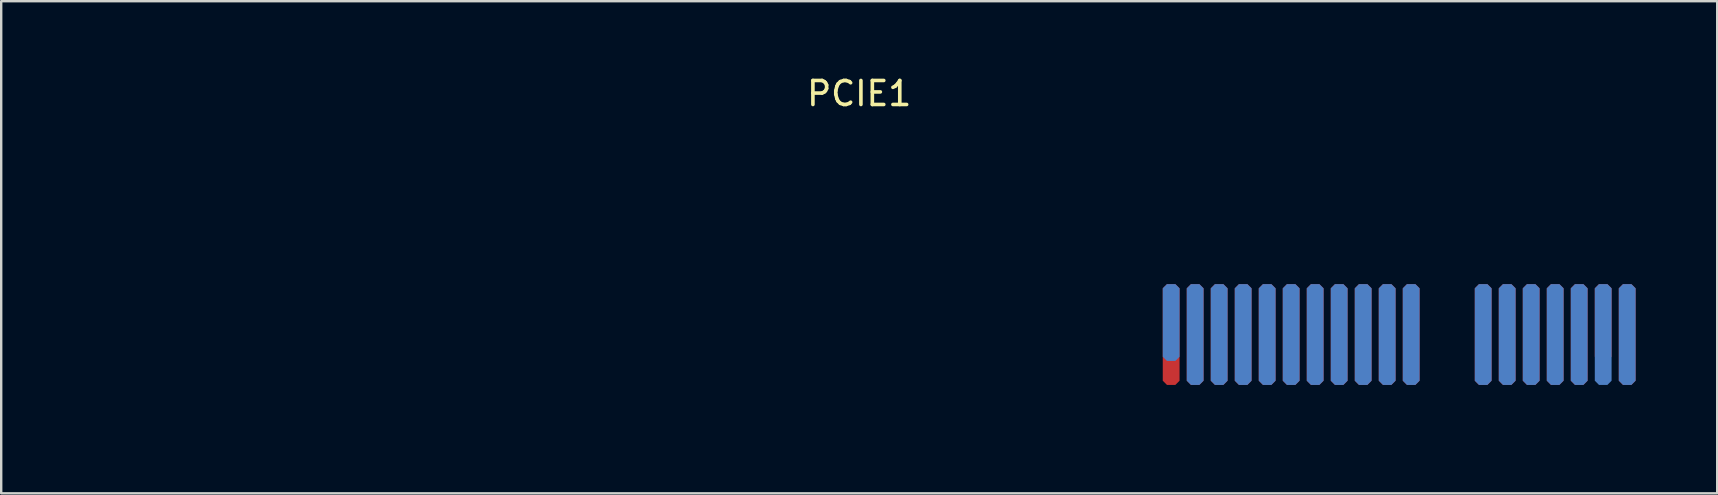
<source format=kicad_pcb>
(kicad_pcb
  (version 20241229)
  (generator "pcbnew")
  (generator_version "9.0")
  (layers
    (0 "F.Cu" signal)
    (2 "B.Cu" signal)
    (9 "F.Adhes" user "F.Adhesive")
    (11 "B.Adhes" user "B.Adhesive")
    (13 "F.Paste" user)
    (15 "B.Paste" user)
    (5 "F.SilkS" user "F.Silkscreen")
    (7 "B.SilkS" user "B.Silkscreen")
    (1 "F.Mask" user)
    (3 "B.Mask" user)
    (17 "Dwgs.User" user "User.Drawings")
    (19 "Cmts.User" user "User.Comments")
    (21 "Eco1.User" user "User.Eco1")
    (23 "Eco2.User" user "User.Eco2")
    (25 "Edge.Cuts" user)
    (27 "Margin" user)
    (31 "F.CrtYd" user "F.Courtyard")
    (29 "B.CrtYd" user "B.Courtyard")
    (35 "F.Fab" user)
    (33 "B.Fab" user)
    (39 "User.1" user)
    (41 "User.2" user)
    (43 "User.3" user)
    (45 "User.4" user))
  (footprint "PCIE1"
    (layer "F.Cu")
    (at 45.744 10.887)
    (property "Reference" "PCIE1" (at -12.997 -10.039 0) (layer "F.SilkS") (effects (font (size 1 1) (thickness 0.15))))
    (fp_line (start -45.644 -0.983) (end -45.644 -9.233) (stroke (width 0.2) (type solid)) (layer "User.1"))
    (fp_line (start -45.644 -0.983) (end -30.644 -0.983) (stroke (width 0.2) (type solid)) (layer "User.1"))
    (fp_line (start -30.644 -9.233) (end -12.3 -9.233) (stroke (width 0.2) (type solid)) (layer "User.1"))
    (fp_line (start -30.644 -0.983) (end -30.644 -9.233) (stroke (width 0.2) (type solid)) (layer "User.1"))
    (fp_line (start -12.3 -0.983) (end -12.3 -9.233) (stroke (width 0.2) (type solid)) (layer "User.1"))
    (fp_line (start -12.3 -0.983) (end -4.3 -0.983) (stroke (width 0.2) (type solid)) (layer "User.1"))
    (fp_line (start -4.3 -7.414) (end -4.3 -7.414) (stroke (width 0.2) (type solid)) (layer "User.1"))
    (fp_line (start -4.3 -0.983) (end -4.3 -7.414) (stroke (width 0.2) (type solid)) (layer "User.1"))
    (fp_line (start -0.65 3.149) (end -0.65 -7.414) (stroke (width 0.2) (type solid)) (layer "User.1"))
    (fp_line (start -0.65 3.149) (end -0.288 3.511) (stroke (width 0.2) (type solid)) (layer "User.1"))
    (fp_line (start -0.288 3.511) (end 10.188 3.511) (stroke (width 0.2) (type solid)) (layer "User.1"))
    (fp_line (start 10.188 3.511) (end 10.652 3.047) (stroke (width 0.2) (type solid)) (layer "User.1"))
    (fp_line (start 10.649 3.045) (end 10.649 -3.953) (stroke (width 0.2) (type solid)) (layer "User.1"))
    (fp_line (start 10.649 3.045) (end 10.652 3.047) (stroke (width 0.2) (type solid)) (layer "User.1"))
    (fp_line (start 12.351 3.042) (end 12.351 -3.953) (stroke (width 0.2) (type solid)) (layer "User.1"))
    (fp_line (start 12.351 3.042) (end 12.808 3.499) (stroke (width 0.2) (type solid)) (layer "User.1"))
    (fp_line (start 12.808 3.499) (end 19.277 3.499) (stroke (width 0.2) (type solid)) (layer "User.1"))
    (fp_line (start 19.277 3.499) (end 19.628 3.149) (stroke (width 0.2) (type solid)) (layer "User.1"))
    (fp_line (start 19.628 3.149) (end 19.628 -9.079) (stroke (width 0.2) (type solid)) (layer "User.1"))
    (fp_arc (start -4.29999 -7.4138) (mid -2.475 -9.23879) (end -0.65001 -7.4138) (stroke (width 0.2) (type solid)) (layer "User.1"))
    (fp_arc (start 10.651569 -3.987797) (mid 11.517332 -4.802043) (end 12.3491 -3.9531) (stroke (width 0.2) (type solid)) (layer "User.1"))
    (pad "1" smd roundrect (at 0 0 180) (size 0.7 4.2) (layers "F.Cu" "F.Mask" "F.Paste") (roundrect_rratio 0.25) (chamfer_ratio 0.25) (chamfer top_left top_right bottom_left bottom_right))
    (pad "2" smd roundrect (at 1 0 180) (size 0.7 4.2) (layers "F.Cu" "F.Mask" "F.Paste") (roundrect_rratio 0.25) (chamfer_ratio 0.25) (chamfer top_left top_right bottom_left bottom_right))
    (pad "3" smd roundrect (at 2 0 180) (size 0.7 4.2) (layers "F.Cu" "F.Mask" "F.Paste") (roundrect_rratio 0.25) (chamfer_ratio 0.25) (chamfer top_left top_right bottom_left bottom_right))
    (pad "4" smd roundrect (at 3 0 180) (size 0.7 4.2) (layers "F.Cu" "F.Mask" "F.Paste") (roundrect_rratio 0.25) (chamfer_ratio 0.25) (chamfer top_left top_right bottom_left bottom_right))
    (pad "5" smd roundrect (at 4 0 180) (size 0.7 4.2) (layers "F.Cu" "F.Mask" "F.Paste") (roundrect_rratio 0.25) (chamfer_ratio 0.25) (chamfer top_left top_right bottom_left bottom_right))
    (pad "6" smd roundrect (at 5 0 180) (size 0.7 4.2) (layers "F.Cu" "F.Mask" "F.Paste") (roundrect_rratio 0.25) (chamfer_ratio 0.25) (chamfer top_left top_right bottom_left bottom_right))
    (pad "7" smd roundrect (at 6 0 180) (size 0.7 4.2) (layers "F.Cu" "F.Mask" "F.Paste") (roundrect_rratio 0.25) (chamfer_ratio 0.25) (chamfer top_left top_right bottom_left bottom_right))
    (pad "8" smd roundrect (at 7 0 180) (size 0.7 4.2) (layers "F.Cu" "F.Mask" "F.Paste") (roundrect_rratio 0.25) (chamfer_ratio 0.25) (chamfer top_left top_right bottom_left bottom_right))
    (pad "9" smd roundrect (at 8 0 180) (size 0.7 4.2) (layers "F.Cu" "F.Mask" "F.Paste") (roundrect_rratio 0.25) (chamfer_ratio 0.25) (chamfer top_left top_right bottom_left bottom_right))
    (pad "10" smd roundrect (at 9 0 180) (size 0.7 4.2) (layers "F.Cu" "F.Mask" "F.Paste") (roundrect_rratio 0.25) (chamfer_ratio 0.25) (chamfer top_left top_right bottom_left bottom_right))
    (pad "11" smd roundrect (at 10 0 180) (size 0.7 4.2) (layers "F.Cu" "F.Mask" "F.Paste") (roundrect_rratio 0.25) (chamfer_ratio 0.25) (chamfer top_left top_right bottom_left bottom_right))
    (pad "12" smd roundrect (at 13 0 180) (size 0.7 4.2) (layers "F.Cu" "F.Mask" "F.Paste") (roundrect_rratio 0.25) (chamfer_ratio 0.25) (chamfer top_left top_right bottom_left bottom_right))
    (pad "13" smd roundrect (at 14 0 180) (size 0.7 4.2) (layers "F.Cu" "F.Mask" "F.Paste") (roundrect_rratio 0.25) (chamfer_ratio 0.25) (chamfer top_left top_right bottom_left bottom_right))
    (pad "14" smd roundrect (at 15 0 180) (size 0.7 4.2) (layers "F.Cu" "F.Mask" "F.Paste") (roundrect_rratio 0.25) (chamfer_ratio 0.25) (chamfer top_left top_right bottom_left bottom_right))
    (pad "15" smd roundrect (at 16 0 180) (size 0.7 4.2) (layers "F.Cu" "F.Mask" "F.Paste") (roundrect_rratio 0.25) (chamfer_ratio 0.25) (chamfer top_left top_right bottom_left bottom_right))
    (pad "16" smd roundrect (at 17 0 180) (size 0.7 4.2) (layers "F.Cu" "F.Mask" "F.Paste") (roundrect_rratio 0.25) (chamfer_ratio 0.25) (chamfer top_left top_right bottom_left bottom_right))
    (pad "17" smd roundrect (at 18 -0.5 180) (size 0.7 3.2) (layers "F.Cu" "F.Mask" "F.Paste") (roundrect_rratio 0.25) (chamfer_ratio 0.25) (chamfer top_left top_right bottom_left bottom_right))
    (pad "18" smd roundrect (at 19 0 180) (size 0.7 4.2) (layers "F.Cu" "F.Mask" "F.Paste") (roundrect_rratio 0.25) (chamfer_ratio 0.25) (chamfer top_left top_right bottom_left bottom_right))
    (pad "19" smd roundrect (at 19 0 180) (size 0.7 4.2) (layers "B.Cu" "B.Mask" "B.Paste") (roundrect_rratio 0.25) (chamfer_ratio 0.25) (chamfer top_left top_right bottom_left bottom_right))
    (pad "20" smd roundrect (at 18 0 180) (size 0.7 4.2) (layers "B.Cu" "B.Mask" "B.Paste") (roundrect_rratio 0.25) (chamfer_ratio 0.25) (chamfer top_left top_right bottom_left bottom_right))
    (pad "21" smd roundrect (at 17 0 180) (size 0.7 4.2) (layers "B.Cu" "B.Mask" "B.Paste") (roundrect_rratio 0.25) (chamfer_ratio 0.25) (chamfer top_left top_right bottom_left bottom_right))
    (pad "22" smd roundrect (at 16 0 180) (size 0.7 4.2) (layers "B.Cu" "B.Mask" "B.Paste") (roundrect_rratio 0.25) (chamfer_ratio 0.25) (chamfer top_left top_right bottom_left bottom_right))
    (pad "23" smd roundrect (at 15 0 180) (size 0.7 4.2) (layers "B.Cu" "B.Mask" "B.Paste") (roundrect_rratio 0.25) (chamfer_ratio 0.25) (chamfer top_left top_right bottom_left bottom_right))
    (pad "24" smd roundrect (at 14 0 180) (size 0.7 4.2) (layers "B.Cu" "B.Mask" "B.Paste") (roundrect_rratio 0.25) (chamfer_ratio 0.25) (chamfer top_left top_right bottom_left bottom_right))
    (pad "25" smd roundrect (at 13 0 180) (size 0.7 4.2) (layers "B.Cu" "B.Mask" "B.Paste") (roundrect_rratio 0.25) (chamfer_ratio 0.25) (chamfer top_left top_right bottom_left bottom_right))
    (pad "26" smd roundrect (at 10 0 180) (size 0.7 4.2) (layers "B.Cu" "B.Mask" "B.Paste") (roundrect_rratio 0.25) (chamfer_ratio 0.25) (chamfer top_left top_right bottom_left bottom_right))
    (pad "27" smd roundrect (at 9 0 180) (size 0.7 4.2) (layers "B.Cu" "B.Mask" "B.Paste") (roundrect_rratio 0.25) (chamfer_ratio 0.25) (chamfer top_left top_right bottom_left bottom_right))
    (pad "28" smd roundrect (at 8 0 180) (size 0.7 4.2) (layers "B.Cu" "B.Mask" "B.Paste") (roundrect_rratio 0.25) (chamfer_ratio 0.25) (chamfer top_left top_right bottom_left bottom_right))
    (pad "29" smd roundrect (at 7 0 180) (size 0.7 4.2) (layers "B.Cu" "B.Mask" "B.Paste") (roundrect_rratio 0.25) (chamfer_ratio 0.25) (chamfer top_left top_right bottom_left bottom_right))
    (pad "30" smd roundrect (at 6 0 180) (size 0.7 4.2) (layers "B.Cu" "B.Mask" "B.Paste") (roundrect_rratio 0.25) (chamfer_ratio 0.25) (chamfer top_left top_right bottom_left bottom_right))
    (pad "31" smd roundrect (at 5 0 180) (size 0.7 4.2) (layers "B.Cu" "B.Mask" "B.Paste") (roundrect_rratio 0.25) (chamfer_ratio 0.25) (chamfer top_left top_right bottom_left bottom_right))
    (pad "32" smd roundrect (at 4 0 180) (size 0.7 4.2) (layers "B.Cu" "B.Mask" "B.Paste") (roundrect_rratio 0.25) (chamfer_ratio 0.25) (chamfer top_left top_right bottom_left bottom_right))
    (pad "33" smd roundrect (at 3 0 180) (size 0.7 4.2) (layers "B.Cu" "B.Mask" "B.Paste") (roundrect_rratio 0.25) (chamfer_ratio 0.25) (chamfer top_left top_right bottom_left bottom_right))
    (pad "34" smd roundrect (at 2 0 180) (size 0.7 4.2) (layers "B.Cu" "B.Mask" "B.Paste") (roundrect_rratio 0.25) (chamfer_ratio 0.25) (chamfer top_left top_right bottom_left bottom_right))
    (pad "35" smd roundrect (at 1 0 180) (size 0.7 4.2) (layers "B.Cu" "B.Mask" "B.Paste") (roundrect_rratio 0.25) (chamfer_ratio 0.25) (chamfer top_left top_right bottom_left bottom_right))
    (pad "36" smd roundrect (at 0 -0.5 180) (size 0.7 3.2) (layers "B.Cu" "B.Mask" "B.Paste") (roundrect_rratio 0.25) (chamfer_ratio 0.25) (chamfer top_left top_right bottom_left bottom_right))
    (zone (net_name "") (layers "F.Cu" "B.Cu") (hatch edge 0.5) (connect_pads) (min_thickness 0.25) (filled_areas_thickness no) (keepout (tracks not_allowed) (vias not_allowed) (pads not_allowed) (copperpour not_allowed) (footprints allowed)) (placement (enabled no)) (fill) (polygon (pts (xy 0.002 1.634) (xy 0.017 1.598) (xy 0.044 1.571) (xy 0.08 1.556) (xy 0.12 1.556) (xy 0.156 1.571) (xy 0.183 1.598) (xy 0.198 1.634) (xy 0.2 1.654) (xy 0.2 9.904) (xy 0.198 9.923) (xy 0.183 9.959) (xy 0.156 9.987) (xy 0.12 10.002) (xy 0.08 10.002) (xy 0.044 9.987) (xy 0.017 9.959) (xy 0.002 9.923) (xy 0 9.904) (xy 0 1.654))))
    (zone (net_name "") (layers "F.Cu" "B.Cu") (hatch edge 0.5) (connect_pads) (min_thickness 0.25) (filled_areas_thickness no) (keepout (tracks not_allowed) (vias not_allowed) (pads not_allowed) (copperpour not_allowed) (footprints allowed)) (placement (enabled no)) (fill) (polygon (pts (xy 15.002 1.634) (xy 15.017 1.598) (xy 15.044 1.571) (xy 15.08 1.556) (xy 15.119 1.556) (xy 15.156 1.571) (xy 15.183 1.598) (xy 15.198 1.634) (xy 15.2 1.654) (xy 15.2 9.904) (xy 15.198 9.923) (xy 15.183 9.959) (xy 15.156 9.987) (xy 15.119 10.002) (xy 15.08 10.002) (xy 15.044 9.987) (xy 15.017 9.959) (xy 15.002 9.923) (xy 15 9.904) (xy 15 1.654))))
    (zone (net_name "") (layers "F.Cu" "B.Cu") (hatch edge 0.5) (connect_pads) (min_thickness 0.25) (filled_areas_thickness no) (keepout (tracks not_allowed) (vias not_allowed) (pads not_allowed) (copperpour not_allowed) (footprints allowed)) (placement (enabled no)) (fill) (polygon (pts (xy 15.119 9.806) (xy 15.156 9.821) (xy 15.183 9.848) (xy 15.198 9.884) (xy 15.198 9.923) (xy 15.183 9.959) (xy 15.156 9.987) (xy 15.119 10.002) (xy 15.1 10.004) (xy 0.1 10.004) (xy 0.08 10.002) (xy 0.044 9.987) (xy 0.017 9.959) (xy 0.002 9.923) (xy 0.002 9.884) (xy 0.017 9.848) (xy 0.044 9.821) (xy 0.08 9.806) (xy 0.1 9.804) (xy 15.1 9.804))))
    (zone (net_name "") (layers "F.Cu" "B.Cu") (hatch edge 0.5) (connect_pads) (min_thickness 0.25) (filled_areas_thickness no) (keepout (tracks not_allowed) (vias not_allowed) (pads not_allowed) (copperpour not_allowed) (footprints allowed)) (placement (enabled no)) (fill) (polygon (pts (xy 33.346 1.634) (xy 33.361 1.598) (xy 33.388 1.571) (xy 33.424 1.556) (xy 33.463 1.556) (xy 33.499 1.571) (xy 33.527 1.598) (xy 33.542 1.634) (xy 33.544 1.654) (xy 33.544 9.904) (xy 33.542 9.923) (xy 33.527 9.959) (xy 33.499 9.987) (xy 33.463 10.002) (xy 33.424 10.002) (xy 33.388 9.987) (xy 33.361 9.959) (xy 33.346 9.923) (xy 33.344 9.904) (xy 33.344 1.654))))
    (zone (net_name "") (layers "F.Cu" "B.Cu") (hatch edge 0.5) (connect_pads) (min_thickness 0.25) (filled_areas_thickness no) (keepout (tracks not_allowed) (vias not_allowed) (pads not_allowed) (copperpour not_allowed) (footprints allowed)) (placement (enabled no)) (fill) (polygon (pts (xy 33.463 1.556) (xy 33.499 1.571) (xy 33.527 1.598) (xy 33.542 1.634) (xy 33.542 1.673) (xy 33.527 1.709) (xy 33.499 1.737) (xy 33.463 1.752) (xy 33.444 1.754) (xy 15.1 1.754) (xy 15.08 1.752) (xy 15.044 1.737) (xy 15.017 1.709) (xy 15.002 1.673) (xy 15.002 1.634) (xy 15.017 1.598) (xy 15.044 1.571) (xy 15.08 1.556) (xy 15.1 1.554) (xy 33.444 1.554))))
    (zone (net_name "") (layers "F.Cu" "B.Cu") (hatch edge 0.5) (connect_pads) (min_thickness 0.25) (filled_areas_thickness no) (keepout (tracks not_allowed) (vias not_allowed) (pads not_allowed) (copperpour not_allowed) (footprints allowed)) (placement (enabled no)) (fill) (polygon (pts (xy 41.346 3.454) (xy 41.361 3.418) (xy 41.388 3.39) (xy 41.424 3.375) (xy 41.463 3.375) (xy 41.499 3.39) (xy 41.527 3.418) (xy 41.542 3.454) (xy 41.544 3.473) (xy 41.544 9.904) (xy 41.542 9.923) (xy 41.527 9.959) (xy 41.499 9.987) (xy 41.463 10.002) (xy 41.424 10.002) (xy 41.388 9.987) (xy 41.361 9.959) (xy 41.346 9.923) (xy 41.344 9.904) (xy 41.344 3.473))))
    (zone (net_name "") (layers "F.Cu" "B.Cu") (hatch edge 0.5) (connect_pads) (min_thickness 0.25) (filled_areas_thickness no) (keepout (tracks not_allowed) (vias not_allowed) (pads not_allowed) (copperpour not_allowed) (footprints allowed)) (placement (enabled no)) (fill) (polygon (pts (xy 41.463 9.806) (xy 41.499 9.821) (xy 41.527 9.848) (xy 41.542 9.884) (xy 41.542 9.923) (xy 41.527 9.959) (xy 41.499 9.987) (xy 41.463 10.002) (xy 41.444 10.004) (xy 33.444 10.004) (xy 33.424 10.002) (xy 33.388 9.987) (xy 33.361 9.959) (xy 33.346 9.923) (xy 33.346 9.884) (xy 33.361 9.848) (xy 33.388 9.821) (xy 33.424 9.806) (xy 33.444 9.804) (xy 41.444 9.804))))
    (zone (net_name "") (layers "F.Cu" "B.Cu") (hatch edge 0.5) (connect_pads) (min_thickness 0.25) (filled_areas_thickness no) (keepout (tracks not_allowed) (vias not_allowed) (pads not_allowed) (copperpour not_allowed) (footprints allowed)) (placement (enabled no)) (fill) (polygon (pts (xy 44.996 3.454) (xy 45.011 3.418) (xy 45.038 3.39) (xy 45.074 3.375) (xy 45.113 3.375) (xy 45.149 3.39) (xy 45.177 3.418) (xy 45.192 3.454) (xy 45.194 3.473) (xy 45.194 14.036) (xy 45.192 14.055) (xy 45.177 14.091) (xy 45.149 14.119) (xy 45.113 14.134) (xy 45.074 14.134) (xy 45.038 14.119) (xy 45.011 14.091) (xy 44.996 14.055) (xy 44.994 14.036) (xy 44.994 3.473))))
    (zone (net_name "") (layers "F.Cu" "B.Cu") (hatch edge 0.5) (connect_pads) (min_thickness 0.25) (filled_areas_thickness no) (keepout (tracks not_allowed) (vias not_allowed) (pads not_allowed) (copperpour not_allowed) (footprints allowed)) (placement (enabled no)) (fill) (polygon (pts (xy 45.533 14.336) (xy 45.547 14.372) (xy 45.547 14.411) (xy 45.533 14.447) (xy 45.505 14.475) (xy 45.469 14.49) (xy 45.43 14.49) (xy 45.394 14.475) (xy 45.379 14.462) (xy 45.023 14.107) (xy 45.011 14.091) (xy 44.996 14.055) (xy 44.996 14.016) (xy 45.011 13.98) (xy 45.038 13.953) (xy 45.074 13.938) (xy 45.113 13.938) (xy 45.149 13.953) (xy 45.165 13.965) (xy 45.52 14.321))))
    (zone (net_name "") (layers "F.Cu" "B.Cu") (hatch edge 0.5) (connect_pads) (min_thickness 0.25) (filled_areas_thickness no) (keepout (tracks not_allowed) (vias not_allowed) (pads not_allowed) (copperpour not_allowed) (footprints allowed)) (placement (enabled no)) (fill) (polygon (pts (xy 55.958 14.306) (xy 55.994 14.321) (xy 56.021 14.348) (xy 56.036 14.384) (xy 56.036 14.423) (xy 56.021 14.459) (xy 55.994 14.487) (xy 55.958 14.502) (xy 55.938 14.504) (xy 45.456 14.504) (xy 45.436 14.502) (xy 45.4 14.487) (xy 45.372 14.459) (xy 45.358 14.423) (xy 45.358 14.384) (xy 45.372 14.348) (xy 45.4 14.321) (xy 45.436 14.306) (xy 45.456 14.304) (xy 55.938 14.304))))
    (zone (net_name "") (layers "F.Cu" "B.Cu") (hatch edge 0.5) (connect_pads) (min_thickness 0.25) (filled_areas_thickness no) (keepout (tracks not_allowed) (vias not_allowed) (pads not_allowed) (copperpour not_allowed) (footprints allowed)) (placement (enabled no)) (fill) (polygon (pts (xy 56.297 6.88) (xy 56.312 6.844) (xy 56.34 6.816) (xy 56.376 6.801) (xy 56.415 6.801) (xy 56.451 6.816) (xy 56.479 6.844) (xy 56.493 6.88) (xy 56.495 6.899) (xy 56.495 13.934) (xy 56.493 13.954) (xy 56.479 13.99) (xy 56.451 14.017) (xy 56.415 14.032) (xy 56.376 14.032) (xy 56.34 14.017) (xy 56.312 13.99) (xy 56.297 13.954) (xy 56.295 13.934) (xy 56.295 6.899))))
    (zone (net_name "") (layers "F.Cu" "B.Cu") (hatch edge 0.5) (connect_pads) (min_thickness 0.25) (filled_areas_thickness no) (keepout (tracks not_allowed) (vias not_allowed) (pads not_allowed) (copperpour not_allowed) (footprints allowed)) (placement (enabled no)) (fill) (polygon (pts (xy 56.34 13.851) (xy 56.376 13.836) (xy 56.415 13.836) (xy 56.451 13.851) (xy 56.479 13.879) (xy 56.493 13.915) (xy 56.493 13.954) (xy 56.479 13.99) (xy 56.466 14.005) (xy 56.009 14.462) (xy 55.994 14.475) (xy 55.958 14.49) (xy 55.919 14.49) (xy 55.883 14.475) (xy 55.855 14.447) (xy 55.84 14.411) (xy 55.84 14.372) (xy 55.855 14.336) (xy 55.867 14.321) (xy 56.325 13.864))))
    (zone (net_name "") (layers "F.Cu" "B.Cu") (hatch edge 0.5) (connect_pads) (min_thickness 0.25) (filled_areas_thickness no) (keepout (tracks not_allowed) (vias not_allowed) (pads not_allowed) (copperpour not_allowed) (footprints allowed)) (placement (enabled no)) (fill) (polygon (pts (xy 57.994 6.88) (xy 58.009 6.844) (xy 58.037 6.816) (xy 58.073 6.801) (xy 58.112 6.801) (xy 58.148 6.816) (xy 58.175 6.844) (xy 58.19 6.88) (xy 58.192 6.899) (xy 58.192 13.932) (xy 58.19 13.951) (xy 58.175 13.987) (xy 58.148 14.015) (xy 58.112 14.03) (xy 58.073 14.03) (xy 58.037 14.015) (xy 58.009 13.987) (xy 57.994 13.951) (xy 57.992 13.932) (xy 57.992 6.899))))
    (zone (net_name "") (layers "F.Cu" "B.Cu") (hatch edge 0.5) (connect_pads) (min_thickness 0.25) (filled_areas_thickness no) (keepout (tracks not_allowed) (vias not_allowed) (pads not_allowed) (copperpour not_allowed) (footprints allowed)) (placement (enabled no)) (fill) (polygon (pts (xy 58.633 14.333) (xy 58.647 14.369) (xy 58.647 14.408) (xy 58.633 14.444) (xy 58.605 14.472) (xy 58.569 14.487) (xy 58.53 14.487) (xy 58.494 14.472) (xy 58.479 14.459) (xy 58.021 14.002) (xy 58.009 13.987) (xy 57.994 13.951) (xy 57.994 13.912) (xy 58.009 13.876) (xy 58.037 13.848) (xy 58.073 13.833) (xy 58.112 13.833) (xy 58.148 13.848) (xy 58.163 13.861) (xy 58.62 14.318))))
    (zone (net_name "") (layers "F.Cu" "B.Cu") (hatch edge 0.5) (connect_pads) (min_thickness 0.25) (filled_areas_thickness no) (keepout (tracks not_allowed) (vias not_allowed) (pads not_allowed) (copperpour not_allowed) (footprints allowed)) (placement (enabled no)) (fill) (polygon (pts (xy 65.058 14.306) (xy 65.094 14.321) (xy 65.121 14.348) (xy 65.136 14.384) (xy 65.136 14.423) (xy 65.121 14.459) (xy 65.094 14.487) (xy 65.058 14.502) (xy 65.038 14.504) (xy 58.552 14.504) (xy 58.533 14.502) (xy 58.497 14.487) (xy 58.469 14.459) (xy 58.454 14.423) (xy 58.454 14.384) (xy 58.469 14.348) (xy 58.497 14.321) (xy 58.533 14.306) (xy 58.552 14.304) (xy 65.038 14.304))))
    (zone (net_name "") (layers "F.Cu" "B.Cu") (hatch edge 0.5) (connect_pads) (min_thickness 0.25) (filled_areas_thickness no) (keepout (tracks not_allowed) (vias not_allowed) (pads not_allowed) (copperpour not_allowed) (footprints allowed)) (placement (enabled no)) (fill) (polygon (pts (xy 65.296 1.767) (xy 65.311 1.731) (xy 65.338 1.703) (xy 65.374 1.688) (xy 65.413 1.688) (xy 65.449 1.703) (xy 65.477 1.731) (xy 65.492 1.767) (xy 65.494 1.786) (xy 65.494 14.036) (xy 65.492 14.055) (xy 65.477 14.091) (xy 65.449 14.119) (xy 65.413 14.134) (xy 65.374 14.134) (xy 65.338 14.119) (xy 65.311 14.091) (xy 65.296 14.055) (xy 65.294 14.036) (xy 65.294 1.786))))
    (zone (net_name "") (layers "F.Cu" "B.Cu") (hatch edge 0.5) (connect_pads) (min_thickness 0.25) (filled_areas_thickness no) (keepout (tracks not_allowed) (vias not_allowed) (pads not_allowed) (copperpour not_allowed) (footprints allowed)) (placement (enabled no)) (fill) (polygon (pts (xy 65.338 13.953) (xy 65.374 13.938) (xy 65.413 13.938) (xy 65.449 13.953) (xy 65.477 13.98) (xy 65.492 14.016) (xy 65.492 14.055) (xy 65.477 14.091) (xy 65.465 14.107) (xy 65.109 14.462) (xy 65.094 14.475) (xy 65.058 14.49) (xy 65.019 14.49) (xy 64.983 14.475) (xy 64.955 14.447) (xy 64.94 14.411) (xy 64.94 14.372) (xy 64.955 14.336) (xy 64.967 14.321) (xy 65.323 13.965))))
    (zone (net_name "") (layers "F.Cu" "B.Cu") (hatch edge 0.5) (connect_pads) (min_thickness 0.25) (filled_areas_thickness no) (keepout (tracks not_allowed) (vias not_allowed) (pads not_allowed) (copperpour not_allowed) (footprints allowed)) (placement (enabled no)) (fill) (polygon (pts (xy 56.493 6.934) (xy 56.479 6.984) (xy 56.443 7.021) (xy 56.393 7.034) (xy 56.343 7.021) (xy 56.306 6.984) (xy 56.293 6.934) (xy 56.311 6.748) (xy 56.365 6.57) (xy 56.453 6.406) (xy 56.571 6.262) (xy 56.715 6.143) (xy 56.88 6.055) (xy 57.058 6.001) (xy 57.244 5.983) (xy 57.429 6.001) (xy 57.608 6.055) (xy 57.772 6.143) (xy 57.916 6.262) (xy 58.034 6.406) (xy 58.122 6.57) (xy 58.176 6.748) (xy 58.195 6.934) (xy 58.181 6.984) (xy 58.145 7.021) (xy 58.095 7.034) (xy 58.045 7.021) (xy 58.008 6.984) (xy 57.995 6.934) (xy 57.995 6.855) (xy 57.962 6.701) (xy 57.898 6.556) (xy 57.805 6.429) (xy 57.688 6.323) (xy 57.551 6.244) (xy 57.401 6.195) (xy 57.244 6.179) (xy 57.087 6.195) (xy 56.937 6.244) (xy 56.8 6.323) (xy 56.683 6.429) (xy 56.59 6.556) (xy 56.526 6.701) (xy 56.493 6.855))))
    (zone (net_name "") (layers "F.Cu" "B.Cu") (hatch edge 0.5) (connect_pads) (min_thickness 0.25) (filled_areas_thickness no) (keepout (tracks not_allowed) (vias not_allowed) (pads not_allowed) (copperpour not_allowed) (footprints allowed)) (placement (enabled no)) (fill) (polygon (pts (xy 41.544 3.473) (xy 41.53 3.523) (xy 41.494 3.56) (xy 41.444 3.573) (xy 41.394 3.56) (xy 41.357 3.523) (xy 41.344 3.473) (xy 41.362 3.211) (xy 41.415 2.954) (xy 41.503 2.706) (xy 41.624 2.473) (xy 41.776 2.258) (xy 41.955 2.066) (xy 42.159 1.901) (xy 42.383 1.764) (xy 42.624 1.659) (xy 42.877 1.589) (xy 43.137 1.553) (xy 43.4 1.553) (xy 43.66 1.589) (xy 43.913 1.659) (xy 44.154 1.764) (xy 44.379 1.901) (xy 44.583 2.066) (xy 44.762 2.258) (xy 44.914 2.473) (xy 45.034 2.706) (xy 45.122 2.954) (xy 45.176 3.211) (xy 45.194 3.473) (xy 45.18 3.523) (xy 45.144 3.56) (xy 45.094 3.573) (xy 45.044 3.56) (xy 45.007 3.523) (xy 44.994 3.473) (xy 44.994 3.35) (xy 44.959 3.106) (xy 44.889 2.869) (xy 44.787 2.644) (xy 44.653 2.437) (xy 44.492 2.25) (xy 44.305 2.089) (xy 44.098 1.955) (xy 43.873 1.853) (xy 43.636 1.783) (xy 43.392 1.748) (xy 43.145 1.748) (xy 42.901 1.783) (xy 42.664 1.853) (xy 42.44 1.955) (xy 42.232 2.089) (xy 42.046 2.25) (xy 41.884 2.437) (xy 41.751 2.644) (xy 41.648 2.869) (xy 41.579 3.106) (xy 41.544 3.35)))))
  (gr_rect
    (start -3 -3)
    (end 68.494 17.504)
    (stroke (width 0.1) (type default))
    (fill no)
    (layer "Edge.Cuts")))
</source>
